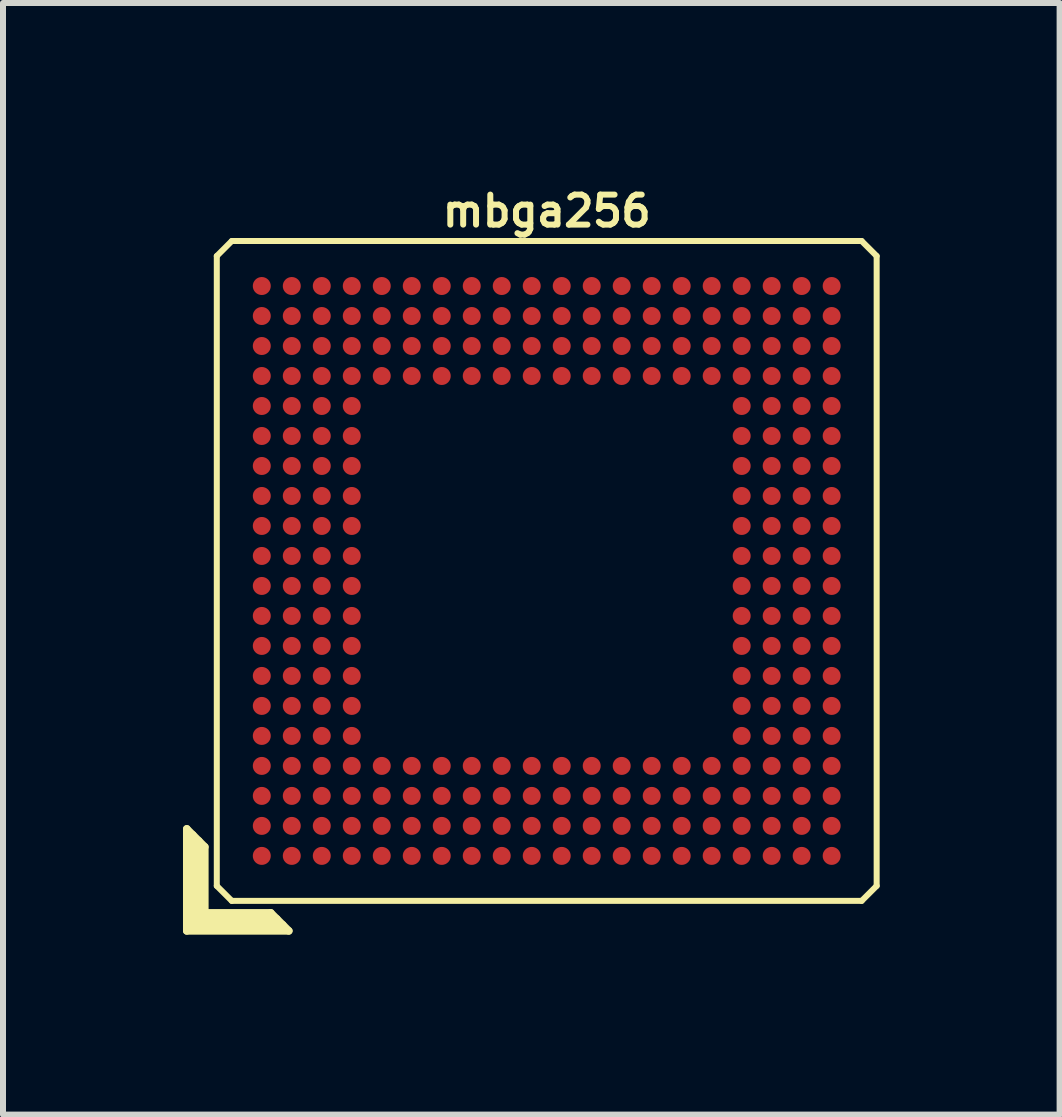
<source format=kicad_pcb>
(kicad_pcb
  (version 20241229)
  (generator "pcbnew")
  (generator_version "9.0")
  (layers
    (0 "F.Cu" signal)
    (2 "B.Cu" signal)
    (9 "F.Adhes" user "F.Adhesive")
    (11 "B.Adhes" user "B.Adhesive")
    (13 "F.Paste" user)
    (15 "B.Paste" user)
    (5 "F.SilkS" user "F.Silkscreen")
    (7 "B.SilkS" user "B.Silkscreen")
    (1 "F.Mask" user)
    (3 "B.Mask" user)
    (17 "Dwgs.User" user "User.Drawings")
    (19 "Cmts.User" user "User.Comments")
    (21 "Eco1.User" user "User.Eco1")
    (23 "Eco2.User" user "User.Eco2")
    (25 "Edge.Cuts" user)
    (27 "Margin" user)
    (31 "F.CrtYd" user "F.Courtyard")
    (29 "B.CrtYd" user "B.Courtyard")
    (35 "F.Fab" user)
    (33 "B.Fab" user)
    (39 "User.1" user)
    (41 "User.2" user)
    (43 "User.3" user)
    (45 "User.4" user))
  (footprint "mbga256"
    (layer "F.Cu")
    (at 6.064 6.468)
    (property "Reference" "mbga256" (at 0 -6 0) (layer "F.SilkS") (effects (font (size 0.5 0.5) (thickness 0.1))))
    (attr through_hole)
    (fp_line (start -6 4.3) (end -5.7 4.6) (stroke (width 0.127) (type solid)) (layer "F.SilkS"))
    (fp_line (start -6 6) (end -6 4.3) (stroke (width 0.127) (type solid)) (layer "F.SilkS"))
    (fp_line (start -5.9 4.4) (end -5.9 5.9) (stroke (width 0.127) (type solid)) (layer "F.SilkS"))
    (fp_line (start -5.9 5.9) (end -4.4 5.9) (stroke (width 0.127) (type solid)) (layer "F.SilkS"))
    (fp_line (start -5.8 5.8) (end -5.8 4.5) (stroke (width 0.127) (type solid)) (layer "F.SilkS"))
    (fp_line (start -5.7 4.6) (end -5.7 5.7) (stroke (width 0.127) (type solid)) (layer "F.SilkS"))
    (fp_line (start -5.7 5.7) (end -4.6 5.7) (stroke (width 0.127) (type solid)) (layer "F.SilkS"))
    (fp_line (start -5.5 -5.25) (end -5.5 5.25) (stroke (width 0.1) (type solid)) (layer "F.SilkS"))
    (fp_line (start -5.5 -5.25) (end -5.25 -5.5) (stroke (width 0.1) (type solid)) (layer "F.SilkS"))
    (fp_line (start -5.25 5.5) (end -5.5 5.25) (stroke (width 0.1) (type solid)) (layer "F.SilkS"))
    (fp_line (start -5.25 5.5) (end 5.25 5.5) (stroke (width 0.1) (type solid)) (layer "F.SilkS"))
    (fp_line (start -4.6 5.7) (end -4.3 6) (stroke (width 0.127) (type solid)) (layer "F.SilkS"))
    (fp_line (start -4.5 5.8) (end -5.8 5.8) (stroke (width 0.127) (type solid)) (layer "F.SilkS"))
    (fp_line (start -4.3 6) (end -6 6) (stroke (width 0.127) (type solid)) (layer "F.SilkS"))
    (fp_line (start 5.25 -5.5) (end -5.25 -5.5) (stroke (width 0.1) (type solid)) (layer "F.SilkS"))
    (fp_line (start 5.25 -5.5) (end 5.5 -5.25) (stroke (width 0.1) (type solid)) (layer "F.SilkS"))
    (fp_line (start 5.5 5.25) (end 5.25 5.5) (stroke (width 0.1) (type solid)) (layer "F.SilkS"))
    (fp_line (start 5.5 5.25) (end 5.5 -5.25) (stroke (width 0.1) (type solid)) (layer "F.SilkS"))
    (pad "A1" smd circle (at -4.75 4.75) (size 0.3 0.3) (layers "F.Cu" "F.Mask" "F.Paste"))
    (pad "A2" smd circle (at -4.25 4.75) (size 0.3 0.3) (layers "F.Cu" "F.Mask" "F.Paste"))
    (pad "A3" smd circle (at -3.75 4.75) (size 0.3 0.3) (layers "F.Cu" "F.Mask" "F.Paste"))
    (pad "A4" smd circle (at -3.25 4.75) (size 0.3 0.3) (layers "F.Cu" "F.Mask" "F.Paste"))
    (pad "A5" smd circle (at -2.75 4.75) (size 0.3 0.3) (layers "F.Cu" "F.Mask" "F.Paste"))
    (pad "A6" smd circle (at -2.25 4.75) (size 0.3 0.3) (layers "F.Cu" "F.Mask" "F.Paste"))
    (pad "A7" smd circle (at -1.75 4.75) (size 0.3 0.3) (layers "F.Cu" "F.Mask" "F.Paste"))
    (pad "A8" smd circle (at -1.25 4.75) (size 0.3 0.3) (layers "F.Cu" "F.Mask" "F.Paste"))
    (pad "A9" smd circle (at -0.75 4.75) (size 0.3 0.3) (layers "F.Cu" "F.Mask" "F.Paste"))
    (pad "A10" smd circle (at -0.25 4.75) (size 0.3 0.3) (layers "F.Cu" "F.Mask" "F.Paste"))
    (pad "A11" smd circle (at 0.25 4.75) (size 0.3 0.3) (layers "F.Cu" "F.Mask" "F.Paste"))
    (pad "A12" smd circle (at 0.75 4.75) (size 0.3 0.3) (layers "F.Cu" "F.Mask" "F.Paste"))
    (pad "A13" smd circle (at 1.25 4.75) (size 0.3 0.3) (layers "F.Cu" "F.Mask" "F.Paste"))
    (pad "A14" smd circle (at 1.75 4.75) (size 0.3 0.3) (layers "F.Cu" "F.Mask" "F.Paste"))
    (pad "A15" smd circle (at 2.25 4.75) (size 0.3 0.3) (layers "F.Cu" "F.Mask" "F.Paste"))
    (pad "A16" smd circle (at 2.75 4.75) (size 0.3 0.3) (layers "F.Cu" "F.Mask" "F.Paste"))
    (pad "A17" smd circle (at 3.25 4.75) (size 0.3 0.3) (layers "F.Cu" "F.Mask" "F.Paste"))
    (pad "A18" smd circle (at 3.75 4.75) (size 0.3 0.3) (layers "F.Cu" "F.Mask" "F.Paste"))
    (pad "A19" smd circle (at 4.25 4.75) (size 0.3 0.3) (layers "F.Cu" "F.Mask" "F.Paste"))
    (pad "A20" smd circle (at 4.75 4.75) (size 0.3 0.3) (layers "F.Cu" "F.Mask" "F.Paste"))
    (pad "B1" smd circle (at -4.75 4.25) (size 0.3 0.3) (layers "F.Cu" "F.Mask" "F.Paste"))
    (pad "B2" smd circle (at -4.25 4.25) (size 0.3 0.3) (layers "F.Cu" "F.Mask" "F.Paste"))
    (pad "B3" smd circle (at -3.75 4.25) (size 0.3 0.3) (layers "F.Cu" "F.Mask" "F.Paste"))
    (pad "B4" smd circle (at -3.25 4.25) (size 0.3 0.3) (layers "F.Cu" "F.Mask" "F.Paste"))
    (pad "B5" smd circle (at -2.75 4.25) (size 0.3 0.3) (layers "F.Cu" "F.Mask" "F.Paste"))
    (pad "B6" smd circle (at -2.25 4.25) (size 0.3 0.3) (layers "F.Cu" "F.Mask" "F.Paste"))
    (pad "B7" smd circle (at -1.75 4.25) (size 0.3 0.3) (layers "F.Cu" "F.Mask" "F.Paste"))
    (pad "B8" smd circle (at -1.25 4.25) (size 0.3 0.3) (layers "F.Cu" "F.Mask" "F.Paste"))
    (pad "B9" smd circle (at -0.75 4.25) (size 0.3 0.3) (layers "F.Cu" "F.Mask" "F.Paste"))
    (pad "B10" smd circle (at -0.25 4.25) (size 0.3 0.3) (layers "F.Cu" "F.Mask" "F.Paste"))
    (pad "B11" smd circle (at 0.25 4.25) (size 0.3 0.3) (layers "F.Cu" "F.Mask" "F.Paste"))
    (pad "B12" smd circle (at 0.75 4.25) (size 0.3 0.3) (layers "F.Cu" "F.Mask" "F.Paste"))
    (pad "B13" smd circle (at 1.25 4.25) (size 0.3 0.3) (layers "F.Cu" "F.Mask" "F.Paste"))
    (pad "B14" smd circle (at 1.75 4.25) (size 0.3 0.3) (layers "F.Cu" "F.Mask" "F.Paste"))
    (pad "B15" smd circle (at 2.25 4.25) (size 0.3 0.3) (layers "F.Cu" "F.Mask" "F.Paste"))
    (pad "B16" smd circle (at 2.75 4.25) (size 0.3 0.3) (layers "F.Cu" "F.Mask" "F.Paste"))
    (pad "B17" smd circle (at 3.25 4.25) (size 0.3 0.3) (layers "F.Cu" "F.Mask" "F.Paste"))
    (pad "B18" smd circle (at 3.75 4.25) (size 0.3 0.3) (layers "F.Cu" "F.Mask" "F.Paste"))
    (pad "B19" smd circle (at 4.25 4.25) (size 0.3 0.3) (layers "F.Cu" "F.Mask" "F.Paste"))
    (pad "B20" smd circle (at 4.75 4.25) (size 0.3 0.3) (layers "F.Cu" "F.Mask" "F.Paste"))
    (pad "C1" smd circle (at -4.75 3.75) (size 0.3 0.3) (layers "F.Cu" "F.Mask" "F.Paste"))
    (pad "C2" smd circle (at -4.25 3.75) (size 0.3 0.3) (layers "F.Cu" "F.Mask" "F.Paste"))
    (pad "C3" smd circle (at -3.75 3.75) (size 0.3 0.3) (layers "F.Cu" "F.Mask" "F.Paste"))
    (pad "C4" smd circle (at -3.25 3.75) (size 0.3 0.3) (layers "F.Cu" "F.Mask" "F.Paste"))
    (pad "C5" smd circle (at -2.75 3.75) (size 0.3 0.3) (layers "F.Cu" "F.Mask" "F.Paste"))
    (pad "C6" smd circle (at -2.25 3.75) (size 0.3 0.3) (layers "F.Cu" "F.Mask" "F.Paste"))
    (pad "C7" smd circle (at -1.75 3.75) (size 0.3 0.3) (layers "F.Cu" "F.Mask" "F.Paste"))
    (pad "C8" smd circle (at -1.25 3.75) (size 0.3 0.3) (layers "F.Cu" "F.Mask" "F.Paste"))
    (pad "C9" smd circle (at -0.75 3.75) (size 0.3 0.3) (layers "F.Cu" "F.Mask" "F.Paste"))
    (pad "C10" smd circle (at -0.25 3.75) (size 0.3 0.3) (layers "F.Cu" "F.Mask" "F.Paste"))
    (pad "C11" smd circle (at 0.25 3.75) (size 0.3 0.3) (layers "F.Cu" "F.Mask" "F.Paste"))
    (pad "C12" smd circle (at 0.75 3.75) (size 0.3 0.3) (layers "F.Cu" "F.Mask" "F.Paste"))
    (pad "C13" smd circle (at 1.25 3.75) (size 0.3 0.3) (layers "F.Cu" "F.Mask" "F.Paste"))
    (pad "C14" smd circle (at 1.75 3.75) (size 0.3 0.3) (layers "F.Cu" "F.Mask" "F.Paste"))
    (pad "C15" smd circle (at 2.25 3.75) (size 0.3 0.3) (layers "F.Cu" "F.Mask" "F.Paste"))
    (pad "C16" smd circle (at 2.75 3.75) (size 0.3 0.3) (layers "F.Cu" "F.Mask" "F.Paste"))
    (pad "C17" smd circle (at 3.25 3.75) (size 0.3 0.3) (layers "F.Cu" "F.Mask" "F.Paste"))
    (pad "C18" smd circle (at 3.75 3.75) (size 0.3 0.3) (layers "F.Cu" "F.Mask" "F.Paste"))
    (pad "C19" smd circle (at 4.25 3.75) (size 0.3 0.3) (layers "F.Cu" "F.Mask" "F.Paste"))
    (pad "C20" smd circle (at 4.75 3.75) (size 0.3 0.3) (layers "F.Cu" "F.Mask" "F.Paste"))
    (pad "D1" smd circle (at -4.75 3.25) (size 0.3 0.3) (layers "F.Cu" "F.Mask" "F.Paste"))
    (pad "D2" smd circle (at -4.25 3.25) (size 0.3 0.3) (layers "F.Cu" "F.Mask" "F.Paste"))
    (pad "D3" smd circle (at -3.75 3.25) (size 0.3 0.3) (layers "F.Cu" "F.Mask" "F.Paste"))
    (pad "D4" smd circle (at -3.25 3.25) (size 0.3 0.3) (layers "F.Cu" "F.Mask" "F.Paste"))
    (pad "D5" smd circle (at -2.75 3.25) (size 0.3 0.3) (layers "F.Cu" "F.Mask" "F.Paste"))
    (pad "D6" smd circle (at -2.25 3.25) (size 0.3 0.3) (layers "F.Cu" "F.Mask" "F.Paste"))
    (pad "D7" smd circle (at -1.75 3.25) (size 0.3 0.3) (layers "F.Cu" "F.Mask" "F.Paste"))
    (pad "D8" smd circle (at -1.25 3.25) (size 0.3 0.3) (layers "F.Cu" "F.Mask" "F.Paste"))
    (pad "D9" smd circle (at -0.75 3.25) (size 0.3 0.3) (layers "F.Cu" "F.Mask" "F.Paste"))
    (pad "D10" smd circle (at -0.25 3.25) (size 0.3 0.3) (layers "F.Cu" "F.Mask" "F.Paste"))
    (pad "D11" smd circle (at 0.25 3.25) (size 0.3 0.3) (layers "F.Cu" "F.Mask" "F.Paste"))
    (pad "D12" smd circle (at 0.75 3.25) (size 0.3 0.3) (layers "F.Cu" "F.Mask" "F.Paste"))
    (pad "D13" smd circle (at 1.25 3.25) (size 0.3 0.3) (layers "F.Cu" "F.Mask" "F.Paste"))
    (pad "D14" smd circle (at 1.75 3.25) (size 0.3 0.3) (layers "F.Cu" "F.Mask" "F.Paste"))
    (pad "D15" smd circle (at 2.25 3.25) (size 0.3 0.3) (layers "F.Cu" "F.Mask" "F.Paste"))
    (pad "D16" smd circle (at 2.75 3.25) (size 0.3 0.3) (layers "F.Cu" "F.Mask" "F.Paste"))
    (pad "D17" smd circle (at 3.25 3.25) (size 0.3 0.3) (layers "F.Cu" "F.Mask" "F.Paste"))
    (pad "D18" smd circle (at 3.75 3.25) (size 0.3 0.3) (layers "F.Cu" "F.Mask" "F.Paste"))
    (pad "D19" smd circle (at 4.25 3.25) (size 0.3 0.3) (layers "F.Cu" "F.Mask" "F.Paste"))
    (pad "D20" smd circle (at 4.75 3.25) (size 0.3 0.3) (layers "F.Cu" "F.Mask" "F.Paste"))
    (pad "E1" smd circle (at -4.75 2.75) (size 0.3 0.3) (layers "F.Cu" "F.Mask" "F.Paste"))
    (pad "E2" smd circle (at -4.25 2.75) (size 0.3 0.3) (layers "F.Cu" "F.Mask" "F.Paste"))
    (pad "E3" smd circle (at -3.75 2.75) (size 0.3 0.3) (layers "F.Cu" "F.Mask" "F.Paste"))
    (pad "E4" smd circle (at -3.25 2.75) (size 0.3 0.3) (layers "F.Cu" "F.Mask" "F.Paste"))
    (pad "E17" smd circle (at 3.25 2.75) (size 0.3 0.3) (layers "F.Cu" "F.Mask" "F.Paste"))
    (pad "E18" smd circle (at 3.75 2.75) (size 0.3 0.3) (layers "F.Cu" "F.Mask" "F.Paste"))
    (pad "E19" smd circle (at 4.25 2.75) (size 0.3 0.3) (layers "F.Cu" "F.Mask" "F.Paste"))
    (pad "E20" smd circle (at 4.75 2.75) (size 0.3 0.3) (layers "F.Cu" "F.Mask" "F.Paste"))
    (pad "F1" smd circle (at -4.75 2.25) (size 0.3 0.3) (layers "F.Cu" "F.Mask" "F.Paste"))
    (pad "F2" smd circle (at -4.25 2.25) (size 0.3 0.3) (layers "F.Cu" "F.Mask" "F.Paste"))
    (pad "F3" smd circle (at -3.75 2.25) (size 0.3 0.3) (layers "F.Cu" "F.Mask" "F.Paste"))
    (pad "F4" smd circle (at -3.25 2.25) (size 0.3 0.3) (layers "F.Cu" "F.Mask" "F.Paste"))
    (pad "F17" smd circle (at 3.25 2.25) (size 0.3 0.3) (layers "F.Cu" "F.Mask" "F.Paste"))
    (pad "F18" smd circle (at 3.75 2.25) (size 0.3 0.3) (layers "F.Cu" "F.Mask" "F.Paste"))
    (pad "F19" smd circle (at 4.25 2.25) (size 0.3 0.3) (layers "F.Cu" "F.Mask" "F.Paste"))
    (pad "F20" smd circle (at 4.75 2.25) (size 0.3 0.3) (layers "F.Cu" "F.Mask" "F.Paste"))
    (pad "G1" smd circle (at -4.75 1.75) (size 0.3 0.3) (layers "F.Cu" "F.Mask" "F.Paste"))
    (pad "G2" smd circle (at -4.25 1.75) (size 0.3 0.3) (layers "F.Cu" "F.Mask" "F.Paste"))
    (pad "G3" smd circle (at -3.75 1.75) (size 0.3 0.3) (layers "F.Cu" "F.Mask" "F.Paste"))
    (pad "G4" smd circle (at -3.25 1.75) (size 0.3 0.3) (layers "F.Cu" "F.Mask" "F.Paste"))
    (pad "G17" smd circle (at 3.25 1.75) (size 0.3 0.3) (layers "F.Cu" "F.Mask" "F.Paste"))
    (pad "G18" smd circle (at 3.75 1.75) (size 0.3 0.3) (layers "F.Cu" "F.Mask" "F.Paste"))
    (pad "G19" smd circle (at 4.25 1.75) (size 0.3 0.3) (layers "F.Cu" "F.Mask" "F.Paste"))
    (pad "G20" smd circle (at 4.75 1.75) (size 0.3 0.3) (layers "F.Cu" "F.Mask" "F.Paste"))
    (pad "H1" smd circle (at -4.75 1.25) (size 0.3 0.3) (layers "F.Cu" "F.Mask" "F.Paste"))
    (pad "H2" smd circle (at -4.25 1.25) (size 0.3 0.3) (layers "F.Cu" "F.Mask" "F.Paste"))
    (pad "H3" smd circle (at -3.75 1.25) (size 0.3 0.3) (layers "F.Cu" "F.Mask" "F.Paste"))
    (pad "H4" smd circle (at -3.25 1.25) (size 0.3 0.3) (layers "F.Cu" "F.Mask" "F.Paste"))
    (pad "H17" smd circle (at 3.25 1.25) (size 0.3 0.3) (layers "F.Cu" "F.Mask" "F.Paste"))
    (pad "H18" smd circle (at 3.75 1.25) (size 0.3 0.3) (layers "F.Cu" "F.Mask" "F.Paste"))
    (pad "H19" smd circle (at 4.25 1.25) (size 0.3 0.3) (layers "F.Cu" "F.Mask" "F.Paste"))
    (pad "H20" smd circle (at 4.75 1.25) (size 0.3 0.3) (layers "F.Cu" "F.Mask" "F.Paste"))
    (pad "J1" smd circle (at -4.75 0.75) (size 0.3 0.3) (layers "F.Cu" "F.Mask" "F.Paste"))
    (pad "J2" smd circle (at -4.25 0.75) (size 0.3 0.3) (layers "F.Cu" "F.Mask" "F.Paste"))
    (pad "J3" smd circle (at -3.75 0.75) (size 0.3 0.3) (layers "F.Cu" "F.Mask" "F.Paste"))
    (pad "J4" smd circle (at -3.25 0.75) (size 0.3 0.3) (layers "F.Cu" "F.Mask" "F.Paste"))
    (pad "J17" smd circle (at 3.25 0.75) (size 0.3 0.3) (layers "F.Cu" "F.Mask" "F.Paste"))
    (pad "J18" smd circle (at 3.75 0.75) (size 0.3 0.3) (layers "F.Cu" "F.Mask" "F.Paste"))
    (pad "J19" smd circle (at 4.25 0.75) (size 0.3 0.3) (layers "F.Cu" "F.Mask" "F.Paste"))
    (pad "J20" smd circle (at 4.75 0.75) (size 0.3 0.3) (layers "F.Cu" "F.Mask" "F.Paste"))
    (pad "K1" smd circle (at -4.75 0.25) (size 0.3 0.3) (layers "F.Cu" "F.Mask" "F.Paste"))
    (pad "K2" smd circle (at -4.25 0.25) (size 0.3 0.3) (layers "F.Cu" "F.Mask" "F.Paste"))
    (pad "K3" smd circle (at -3.75 0.25) (size 0.3 0.3) (layers "F.Cu" "F.Mask" "F.Paste"))
    (pad "K4" smd circle (at -3.25 0.25) (size 0.3 0.3) (layers "F.Cu" "F.Mask" "F.Paste"))
    (pad "K17" smd circle (at 3.25 0.25) (size 0.3 0.3) (layers "F.Cu" "F.Mask" "F.Paste"))
    (pad "K18" smd circle (at 3.75 0.25) (size 0.3 0.3) (layers "F.Cu" "F.Mask" "F.Paste"))
    (pad "K19" smd circle (at 4.25 0.25) (size 0.3 0.3) (layers "F.Cu" "F.Mask" "F.Paste"))
    (pad "K20" smd circle (at 4.75 0.25) (size 0.3 0.3) (layers "F.Cu" "F.Mask" "F.Paste"))
    (pad "L1" smd circle (at -4.75 -0.25) (size 0.3 0.3) (layers "F.Cu" "F.Mask" "F.Paste"))
    (pad "L2" smd circle (at -4.25 -0.25) (size 0.3 0.3) (layers "F.Cu" "F.Mask" "F.Paste"))
    (pad "L3" smd circle (at -3.75 -0.25) (size 0.3 0.3) (layers "F.Cu" "F.Mask" "F.Paste"))
    (pad "L4" smd circle (at -3.25 -0.25) (size 0.3 0.3) (layers "F.Cu" "F.Mask" "F.Paste"))
    (pad "L17" smd circle (at 3.25 -0.25) (size 0.3 0.3) (layers "F.Cu" "F.Mask" "F.Paste"))
    (pad "L18" smd circle (at 3.75 -0.25) (size 0.3 0.3) (layers "F.Cu" "F.Mask" "F.Paste"))
    (pad "L19" smd circle (at 4.25 -0.25) (size 0.3 0.3) (layers "F.Cu" "F.Mask" "F.Paste"))
    (pad "L20" smd circle (at 4.75 -0.25) (size 0.3 0.3) (layers "F.Cu" "F.Mask" "F.Paste"))
    (pad "M1" smd circle (at -4.75 -0.75) (size 0.3 0.3) (layers "F.Cu" "F.Mask" "F.Paste"))
    (pad "M2" smd circle (at -4.25 -0.75) (size 0.3 0.3) (layers "F.Cu" "F.Mask" "F.Paste"))
    (pad "M3" smd circle (at -3.75 -0.75) (size 0.3 0.3) (layers "F.Cu" "F.Mask" "F.Paste"))
    (pad "M4" smd circle (at -3.25 -0.75) (size 0.3 0.3) (layers "F.Cu" "F.Mask" "F.Paste"))
    (pad "M17" smd circle (at 3.25 -0.75) (size 0.3 0.3) (layers "F.Cu" "F.Mask" "F.Paste"))
    (pad "M18" smd circle (at 3.75 -0.75) (size 0.3 0.3) (layers "F.Cu" "F.Mask" "F.Paste"))
    (pad "M19" smd circle (at 4.25 -0.75) (size 0.3 0.3) (layers "F.Cu" "F.Mask" "F.Paste"))
    (pad "M20" smd circle (at 4.75 -0.75) (size 0.3 0.3) (layers "F.Cu" "F.Mask" "F.Paste"))
    (pad "N1" smd circle (at -4.75 -1.25) (size 0.3 0.3) (layers "F.Cu" "F.Mask" "F.Paste"))
    (pad "N2" smd circle (at -4.25 -1.25) (size 0.3 0.3) (layers "F.Cu" "F.Mask" "F.Paste"))
    (pad "N3" smd circle (at -3.75 -1.25) (size 0.3 0.3) (layers "F.Cu" "F.Mask" "F.Paste"))
    (pad "N4" smd circle (at -3.25 -1.25) (size 0.3 0.3) (layers "F.Cu" "F.Mask" "F.Paste"))
    (pad "N17" smd circle (at 3.25 -1.25) (size 0.3 0.3) (layers "F.Cu" "F.Mask" "F.Paste"))
    (pad "N18" smd circle (at 3.75 -1.25) (size 0.3 0.3) (layers "F.Cu" "F.Mask" "F.Paste"))
    (pad "N19" smd circle (at 4.25 -1.25) (size 0.3 0.3) (layers "F.Cu" "F.Mask" "F.Paste"))
    (pad "N20" smd circle (at 4.75 -1.25) (size 0.3 0.3) (layers "F.Cu" "F.Mask" "F.Paste"))
    (pad "P1" smd circle (at -4.75 -1.75) (size 0.3 0.3) (layers "F.Cu" "F.Mask" "F.Paste"))
    (pad "P2" smd circle (at -4.25 -1.75) (size 0.3 0.3) (layers "F.Cu" "F.Mask" "F.Paste"))
    (pad "P3" smd circle (at -3.75 -1.75) (size 0.3 0.3) (layers "F.Cu" "F.Mask" "F.Paste"))
    (pad "P4" smd circle (at -3.25 -1.75) (size 0.3 0.3) (layers "F.Cu" "F.Mask" "F.Paste"))
    (pad "P17" smd circle (at 3.25 -1.75) (size 0.3 0.3) (layers "F.Cu" "F.Mask" "F.Paste"))
    (pad "P18" smd circle (at 3.75 -1.75) (size 0.3 0.3) (layers "F.Cu" "F.Mask" "F.Paste"))
    (pad "P19" smd circle (at 4.25 -1.75) (size 0.3 0.3) (layers "F.Cu" "F.Mask" "F.Paste"))
    (pad "P20" smd circle (at 4.75 -1.75) (size 0.3 0.3) (layers "F.Cu" "F.Mask" "F.Paste"))
    (pad "R1" smd circle (at -4.75 -2.25) (size 0.3 0.3) (layers "F.Cu" "F.Mask" "F.Paste"))
    (pad "R2" smd circle (at -4.25 -2.25) (size 0.3 0.3) (layers "F.Cu" "F.Mask" "F.Paste"))
    (pad "R3" smd circle (at -3.75 -2.25) (size 0.3 0.3) (layers "F.Cu" "F.Mask" "F.Paste"))
    (pad "R4" smd circle (at -3.25 -2.25) (size 0.3 0.3) (layers "F.Cu" "F.Mask" "F.Paste"))
    (pad "R17" smd circle (at 3.25 -2.25) (size 0.3 0.3) (layers "F.Cu" "F.Mask" "F.Paste"))
    (pad "R18" smd circle (at 3.75 -2.25) (size 0.3 0.3) (layers "F.Cu" "F.Mask" "F.Paste"))
    (pad "R19" smd circle (at 4.25 -2.25) (size 0.3 0.3) (layers "F.Cu" "F.Mask" "F.Paste"))
    (pad "R20" smd circle (at 4.75 -2.25) (size 0.3 0.3) (layers "F.Cu" "F.Mask" "F.Paste"))
    (pad "T1" smd circle (at -4.75 -2.75) (size 0.3 0.3) (layers "F.Cu" "F.Mask" "F.Paste"))
    (pad "T2" smd circle (at -4.25 -2.75) (size 0.3 0.3) (layers "F.Cu" "F.Mask" "F.Paste"))
    (pad "T3" smd circle (at -3.75 -2.75) (size 0.3 0.3) (layers "F.Cu" "F.Mask" "F.Paste"))
    (pad "T4" smd circle (at -3.25 -2.75) (size 0.3 0.3) (layers "F.Cu" "F.Mask" "F.Paste"))
    (pad "T17" smd circle (at 3.25 -2.75) (size 0.3 0.3) (layers "F.Cu" "F.Mask" "F.Paste"))
    (pad "T18" smd circle (at 3.75 -2.75) (size 0.3 0.3) (layers "F.Cu" "F.Mask" "F.Paste"))
    (pad "T19" smd circle (at 4.25 -2.75) (size 0.3 0.3) (layers "F.Cu" "F.Mask" "F.Paste"))
    (pad "T20" smd circle (at 4.75 -2.75) (size 0.3 0.3) (layers "F.Cu" "F.Mask" "F.Paste"))
    (pad "U1" smd circle (at -4.75 -3.25) (size 0.3 0.3) (layers "F.Cu" "F.Mask" "F.Paste"))
    (pad "U2" smd circle (at -4.25 -3.25) (size 0.3 0.3) (layers "F.Cu" "F.Mask" "F.Paste"))
    (pad "U3" smd circle (at -3.75 -3.25) (size 0.3 0.3) (layers "F.Cu" "F.Mask" "F.Paste"))
    (pad "U4" smd circle (at -3.25 -3.25) (size 0.3 0.3) (layers "F.Cu" "F.Mask" "F.Paste"))
    (pad "U5" smd circle (at -2.75 -3.25) (size 0.3 0.3) (layers "F.Cu" "F.Mask" "F.Paste"))
    (pad "U6" smd circle (at -2.25 -3.25) (size 0.3 0.3) (layers "F.Cu" "F.Mask" "F.Paste"))
    (pad "U7" smd circle (at -1.75 -3.25) (size 0.3 0.3) (layers "F.Cu" "F.Mask" "F.Paste"))
    (pad "U8" smd circle (at -1.25 -3.25) (size 0.3 0.3) (layers "F.Cu" "F.Mask" "F.Paste"))
    (pad "U9" smd circle (at -0.75 -3.25) (size 0.3 0.3) (layers "F.Cu" "F.Mask" "F.Paste"))
    (pad "U10" smd circle (at -0.25 -3.25) (size 0.3 0.3) (layers "F.Cu" "F.Mask" "F.Paste"))
    (pad "U11" smd circle (at 0.25 -3.25) (size 0.3 0.3) (layers "F.Cu" "F.Mask" "F.Paste"))
    (pad "U12" smd circle (at 0.75 -3.25) (size 0.3 0.3) (layers "F.Cu" "F.Mask" "F.Paste"))
    (pad "U13" smd circle (at 1.25 -3.25) (size 0.3 0.3) (layers "F.Cu" "F.Mask" "F.Paste"))
    (pad "U14" smd circle (at 1.75 -3.25) (size 0.3 0.3) (layers "F.Cu" "F.Mask" "F.Paste"))
    (pad "U15" smd circle (at 2.25 -3.25) (size 0.3 0.3) (layers "F.Cu" "F.Mask" "F.Paste"))
    (pad "U16" smd circle (at 2.75 -3.25) (size 0.3 0.3) (layers "F.Cu" "F.Mask" "F.Paste"))
    (pad "U17" smd circle (at 3.25 -3.25) (size 0.3 0.3) (layers "F.Cu" "F.Mask" "F.Paste"))
    (pad "U18" smd circle (at 3.75 -3.25) (size 0.3 0.3) (layers "F.Cu" "F.Mask" "F.Paste"))
    (pad "U19" smd circle (at 4.25 -3.25) (size 0.3 0.3) (layers "F.Cu" "F.Mask" "F.Paste"))
    (pad "U20" smd circle (at 4.75 -3.25) (size 0.3 0.3) (layers "F.Cu" "F.Mask" "F.Paste"))
    (pad "V1" smd circle (at -4.75 -3.75) (size 0.3 0.3) (layers "F.Cu" "F.Mask" "F.Paste"))
    (pad "V2" smd circle (at -4.25 -3.75) (size 0.3 0.3) (layers "F.Cu" "F.Mask" "F.Paste"))
    (pad "V3" smd circle (at -3.75 -3.75) (size 0.3 0.3) (layers "F.Cu" "F.Mask" "F.Paste"))
    (pad "V4" smd circle (at -3.25 -3.75) (size 0.3 0.3) (layers "F.Cu" "F.Mask" "F.Paste"))
    (pad "V5" smd circle (at -2.75 -3.75) (size 0.3 0.3) (layers "F.Cu" "F.Mask" "F.Paste"))
    (pad "V6" smd circle (at -2.25 -3.75) (size 0.3 0.3) (layers "F.Cu" "F.Mask" "F.Paste"))
    (pad "V7" smd circle (at -1.75 -3.75) (size 0.3 0.3) (layers "F.Cu" "F.Mask" "F.Paste"))
    (pad "V8" smd circle (at -1.25 -3.75) (size 0.3 0.3) (layers "F.Cu" "F.Mask" "F.Paste"))
    (pad "V9" smd circle (at -0.75 -3.75) (size 0.3 0.3) (layers "F.Cu" "F.Mask" "F.Paste"))
    (pad "V10" smd circle (at -0.25 -3.75) (size 0.3 0.3) (layers "F.Cu" "F.Mask" "F.Paste"))
    (pad "V11" smd circle (at 0.25 -3.75) (size 0.3 0.3) (layers "F.Cu" "F.Mask" "F.Paste"))
    (pad "V12" smd circle (at 0.75 -3.75) (size 0.3 0.3) (layers "F.Cu" "F.Mask" "F.Paste"))
    (pad "V13" smd circle (at 1.25 -3.75) (size 0.3 0.3) (layers "F.Cu" "F.Mask" "F.Paste"))
    (pad "V14" smd circle (at 1.75 -3.75) (size 0.3 0.3) (layers "F.Cu" "F.Mask" "F.Paste"))
    (pad "V15" smd circle (at 2.25 -3.75) (size 0.3 0.3) (layers "F.Cu" "F.Mask" "F.Paste"))
    (pad "V16" smd circle (at 2.75 -3.75) (size 0.3 0.3) (layers "F.Cu" "F.Mask" "F.Paste"))
    (pad "V17" smd circle (at 3.25 -3.75) (size 0.3 0.3) (layers "F.Cu" "F.Mask" "F.Paste"))
    (pad "V18" smd circle (at 3.75 -3.75) (size 0.3 0.3) (layers "F.Cu" "F.Mask" "F.Paste"))
    (pad "V19" smd circle (at 4.25 -3.75) (size 0.3 0.3) (layers "F.Cu" "F.Mask" "F.Paste"))
    (pad "V20" smd circle (at 4.75 -3.75) (size 0.3 0.3) (layers "F.Cu" "F.Mask" "F.Paste"))
    (pad "W1" smd circle (at -4.75 -4.25) (size 0.3 0.3) (layers "F.Cu" "F.Mask" "F.Paste"))
    (pad "W2" smd circle (at -4.25 -4.25) (size 0.3 0.3) (layers "F.Cu" "F.Mask" "F.Paste"))
    (pad "W3" smd circle (at -3.75 -4.25) (size 0.3 0.3) (layers "F.Cu" "F.Mask" "F.Paste"))
    (pad "W4" smd circle (at -3.25 -4.25) (size 0.3 0.3) (layers "F.Cu" "F.Mask" "F.Paste"))
    (pad "W5" smd circle (at -2.75 -4.25) (size 0.3 0.3) (layers "F.Cu" "F.Mask" "F.Paste"))
    (pad "W6" smd circle (at -2.25 -4.25) (size 0.3 0.3) (layers "F.Cu" "F.Mask" "F.Paste"))
    (pad "W7" smd circle (at -1.75 -4.25) (size 0.3 0.3) (layers "F.Cu" "F.Mask" "F.Paste"))
    (pad "W8" smd circle (at -1.25 -4.25) (size 0.3 0.3) (layers "F.Cu" "F.Mask" "F.Paste"))
    (pad "W9" smd circle (at -0.75 -4.25) (size 0.3 0.3) (layers "F.Cu" "F.Mask" "F.Paste"))
    (pad "W10" smd circle (at -0.25 -4.25) (size 0.3 0.3) (layers "F.Cu" "F.Mask" "F.Paste"))
    (pad "W11" smd circle (at 0.25 -4.25) (size 0.3 0.3) (layers "F.Cu" "F.Mask" "F.Paste"))
    (pad "W12" smd circle (at 0.75 -4.25) (size 0.3 0.3) (layers "F.Cu" "F.Mask" "F.Paste"))
    (pad "W13" smd circle (at 1.25 -4.25) (size 0.3 0.3) (layers "F.Cu" "F.Mask" "F.Paste"))
    (pad "W14" smd circle (at 1.75 -4.25) (size 0.3 0.3) (layers "F.Cu" "F.Mask" "F.Paste"))
    (pad "W15" smd circle (at 2.25 -4.25) (size 0.3 0.3) (layers "F.Cu" "F.Mask" "F.Paste"))
    (pad "W16" smd circle (at 2.75 -4.25) (size 0.3 0.3) (layers "F.Cu" "F.Mask" "F.Paste"))
    (pad "W17" smd circle (at 3.25 -4.25) (size 0.3 0.3) (layers "F.Cu" "F.Mask" "F.Paste"))
    (pad "W18" smd circle (at 3.75 -4.25) (size 0.3 0.3) (layers "F.Cu" "F.Mask" "F.Paste"))
    (pad "W19" smd circle (at 4.25 -4.25) (size 0.3 0.3) (layers "F.Cu" "F.Mask" "F.Paste"))
    (pad "W20" smd circle (at 4.75 -4.25) (size 0.3 0.3) (layers "F.Cu" "F.Mask" "F.Paste"))
    (pad "Y1" smd circle (at -4.75 -4.75) (size 0.3 0.3) (layers "F.Cu" "F.Mask" "F.Paste"))
    (pad "Y2" smd circle (at -4.25 -4.75) (size 0.3 0.3) (layers "F.Cu" "F.Mask" "F.Paste"))
    (pad "Y3" smd circle (at -3.75 -4.75) (size 0.3 0.3) (layers "F.Cu" "F.Mask" "F.Paste"))
    (pad "Y4" smd circle (at -3.25 -4.75) (size 0.3 0.3) (layers "F.Cu" "F.Mask" "F.Paste"))
    (pad "Y5" smd circle (at -2.75 -4.75) (size 0.3 0.3) (layers "F.Cu" "F.Mask" "F.Paste"))
    (pad "Y6" smd circle (at -2.25 -4.75) (size 0.3 0.3) (layers "F.Cu" "F.Mask" "F.Paste"))
    (pad "Y7" smd circle (at -1.75 -4.75) (size 0.3 0.3) (layers "F.Cu" "F.Mask" "F.Paste"))
    (pad "Y8" smd circle (at -1.25 -4.75) (size 0.3 0.3) (layers "F.Cu" "F.Mask" "F.Paste"))
    (pad "Y9" smd circle (at -0.75 -4.75) (size 0.3 0.3) (layers "F.Cu" "F.Mask" "F.Paste"))
    (pad "Y10" smd circle (at -0.25 -4.75) (size 0.3 0.3) (layers "F.Cu" "F.Mask" "F.Paste"))
    (pad "Y11" smd circle (at 0.25 -4.75) (size 0.3 0.3) (layers "F.Cu" "F.Mask" "F.Paste"))
    (pad "Y12" smd circle (at 0.75 -4.75) (size 0.3 0.3) (layers "F.Cu" "F.Mask" "F.Paste"))
    (pad "Y13" smd circle (at 1.25 -4.75) (size 0.3 0.3) (layers "F.Cu" "F.Mask" "F.Paste"))
    (pad "Y14" smd circle (at 1.75 -4.75) (size 0.3 0.3) (layers "F.Cu" "F.Mask" "F.Paste"))
    (pad "Y15" smd circle (at 2.25 -4.75) (size 0.3 0.3) (layers "F.Cu" "F.Mask" "F.Paste"))
    (pad "Y16" smd circle (at 2.75 -4.75) (size 0.3 0.3) (layers "F.Cu" "F.Mask" "F.Paste"))
    (pad "Y17" smd circle (at 3.25 -4.75) (size 0.3 0.3) (layers "F.Cu" "F.Mask" "F.Paste"))
    (pad "Y18" smd circle (at 3.75 -4.75) (size 0.3 0.3) (layers "F.Cu" "F.Mask" "F.Paste"))
    (pad "Y19" smd circle (at 4.25 -4.75) (size 0.3 0.3) (layers "F.Cu" "F.Mask" "F.Paste"))
    (pad "Y20" smd circle (at 4.75 -4.75) (size 0.3 0.3) (layers "F.Cu" "F.Mask" "F.Paste")))
  (gr_rect
    (start -3 -3)
    (end 14.614 15.531)
    (stroke (width 0.1) (type default))
    (fill no)
    (layer "Edge.Cuts")))
</source>
